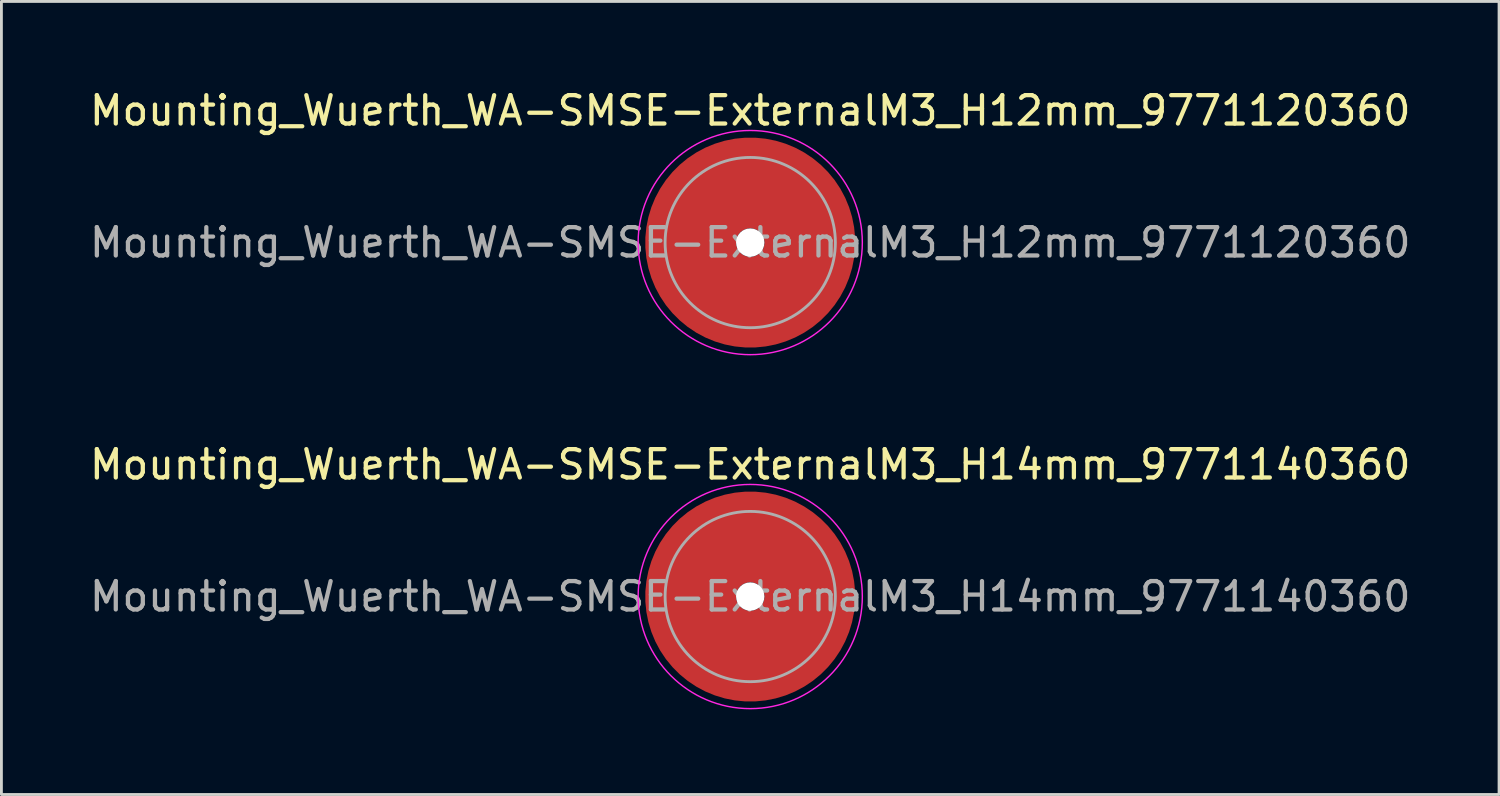
<source format=kicad_pcb>
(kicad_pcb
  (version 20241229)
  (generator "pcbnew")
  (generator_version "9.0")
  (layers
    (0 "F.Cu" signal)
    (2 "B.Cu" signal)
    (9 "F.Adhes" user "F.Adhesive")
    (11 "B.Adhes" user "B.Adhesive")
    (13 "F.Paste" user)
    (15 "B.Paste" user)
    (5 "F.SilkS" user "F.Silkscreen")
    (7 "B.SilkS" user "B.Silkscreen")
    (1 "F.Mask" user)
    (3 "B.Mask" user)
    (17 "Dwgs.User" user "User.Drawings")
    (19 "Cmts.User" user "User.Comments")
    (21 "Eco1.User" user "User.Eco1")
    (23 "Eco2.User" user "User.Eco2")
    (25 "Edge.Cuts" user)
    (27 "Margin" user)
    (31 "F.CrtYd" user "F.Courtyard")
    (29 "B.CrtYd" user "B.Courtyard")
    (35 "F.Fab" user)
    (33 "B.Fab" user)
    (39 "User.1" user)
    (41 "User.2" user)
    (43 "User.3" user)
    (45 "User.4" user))
  (footprint "Mounting_Wuerth_WA-SMSE-ExternalM3_H12mm_9771120360"
    (layer "F.Cu")
    (at 23.387 5.498)
    (property "Reference" "Mounting_Wuerth_WA-SMSE-ExternalM3_H12mm_9771120360" (at 0 -4.65 0) (layer "F.SilkS") (effects (font (size 1 1) (thickness 0.15))))
    (attr smd)
    (fp_circle (center 0 0) (end 3.95 0) (stroke (width 0.05) (type solid)) (fill no) (layer "F.CrtYd"))
    (fp_circle (center 0 0) (end 3 0) (stroke (width 0.1) (type solid)) (fill no) (layer "F.Fab"))
    (fp_text user "${REFERENCE}" (at 0 0 0) (layer "F.Fab") (effects (font (size 1 1) (thickness 0.15))))
    (pad "" smd custom (at 0 -2.1) (size 2.6 2.6) (layers "F.Paste") (options (anchor circle)) (primitives (gr_arc (start -0.305123 1.47) (mid -0.000513 1.4) (end 0.3042 1.469554) (width 0.2)) (gr_arc (start -0.493052 1.47) (mid -0.000664 1.3) (end 0.492006 1.469183) (width 0.2)) (gr_arc (start -0.642729 1.47) (mid -0.000361 1.2) (end 0.642223 1.469484) (width 0.2)) (gr_arc (start -0.776595 1.47) (mid -0.00087 1.1) (end 0.775497 1.468649) (width 0.2)) (gr_arc (start -0.901721 1.47) (mid -0.00018 1) (end 0.901515 1.469705) (width 0.2)) (gr_arc (start -1.021323 1.47) (mid -0.000665 0.9) (end 1.020624 1.468868) (width 0.2)) (gr_arc (start -1.137146 1.47) (mid -0.000289 0.8) (end 1.136866 1.469495) (width 0.2)) (gr_arc (start -1.25024 1.47) (mid -0.000155 0.7) (end 1.250101 1.469724) (width 0.2)) (gr_arc (start -1.361286 1.47) (mid -0.000403 0.6) (end 1.360947 1.469268) (width 0.2)) (gr_arc (start -1.470748 1.47) (mid -0.000334 0.5) (end 1.470485 1.469386) (width 0.2)) (gr_arc (start -1.578955 1.47) (mid -0.001427 0.400001) (end 1.577895 1.46735) (width 0.2)) (gr_arc (start -1.686149 1.47) (mid -0.000398 0.3) (end 1.68587 1.469254) (width 0.2)) (gr_arc (start -1.792512 1.47) (mid -0.001173 0.200001) (end 1.791733 1.467788) (width 0.2)) (gr_arc (start -1.898183 1.47) (mid -0.001368 0.100001) (end 1.89732 1.467404) (width 0.2)) (gr_arc (start -2.003272 1.47) (mid -0.001554 0.000001) (end 2.002338 1.467036) (width 0.2)) (gr_arc (start -2.107866 1.47) (mid -0.00037 -0.1) (end 2.107654 1.469292) (width 0.2)) (gr_arc (start -2.212035 1.47) (mid -0.00011 -0.2) (end 2.211975 1.469788) (width 0.2)) (gr_arc (start -2.315837 1.47) (mid -0.001322 -0.3) (end 2.315142 1.46745) (width 0.2)) (gr_arc (start -2.419318 1.47) (mid -0.000179 -0.4) (end 2.419228 1.469653) (width 0.2)) (gr_arc (start -2.522519 1.47) (mid -0.001235 -0.5) (end 2.521919 1.467604) (width 0.2)) (gr_arc (start -2.625471 1.47) (mid -0.000311 -0.6) (end 2.625326 1.469395) (width 0.2)) (gr_arc (start -2.728205 1.47) (mid -0.002303 -0.7) (end 2.727165 1.465513) (width 0.2)) (gr_arc (start -2.830742 1.47) (mid -0.000149 -0.8) (end 2.830677 1.469709) (width 0.2)) (gr_arc (start -2.933104 1.47) (mid -0.001447 -0.899999) (end 2.932495 1.46717) (width 0.2)) (gr_arc (start -3.035309 1.47) (mid -0.001317 -1) (end 3.034773 1.467421) (width 0.2)) (gr_arc (start -3.137372 1.47) (mid -0.002554 -1.099999) (end 3.136362 1.464993) (width 0.2)) (gr_arc (start -3.239305 1.47) (mid -0.002543 -1.199999) (end 3.23833 1.465008) (width 0.2)) (gr_arc (start -3.341123 1.47) (mid -0.001289 -1.3) (end 3.340644 1.467467) (width 0.2)) (gr_arc (start -3.442833 1.47) (mid -0.001847 -1.399999) (end 3.442166 1.466366) (width 0.2)) (gr_line (start 0.305 1.47) (end 3.443 1.47) (width 0.2)) (gr_line (start -0.305 1.47) (end -3.443 1.47) (width 0.2))))
    (pad "" np_thru_hole circle (at 0 0) (size 1 1) (drill 1) (layers "*.Cu" "*.Mask"))
    (pad "" smd custom (at 0 2.1) (size 2.6 2.6) (layers "F.Paste") (options (anchor circle)) (primitives (gr_arc (start 0.305123 -1.47) (mid 0.000513 -1.4) (end -0.3042 -1.469554) (width 0.2)) (gr_arc (start 0.493052 -1.47) (mid 0.000664 -1.3) (end -0.492006 -1.469183) (width 0.2)) (gr_arc (start 0.642729 -1.47) (mid 0.000361 -1.2) (end -0.642223 -1.469484) (width 0.2)) (gr_arc (start 0.776595 -1.47) (mid 0.00087 -1.1) (end -0.775497 -1.468649) (width 0.2)) (gr_arc (start 0.901721 -1.47) (mid 0.00018 -1) (end -0.901515 -1.469705) (width 0.2)) (gr_arc (start 1.021323 -1.47) (mid 0.000665 -0.9) (end -1.020624 -1.468868) (width 0.2)) (gr_arc (start 1.137146 -1.47) (mid 0.000289 -0.8) (end -1.136866 -1.469495) (width 0.2)) (gr_arc (start 1.25024 -1.47) (mid 0.000155 -0.7) (end -1.250101 -1.469724) (width 0.2)) (gr_arc (start 1.361286 -1.47) (mid 0.000403 -0.6) (end -1.360947 -1.469268) (width 0.2)) (gr_arc (start 1.470748 -1.47) (mid 0.000334 -0.5) (end -1.470485 -1.469386) (width 0.2)) (gr_arc (start 1.578955 -1.47) (mid 0.001427 -0.400001) (end -1.577895 -1.46735) (width 0.2)) (gr_arc (start 1.686149 -1.47) (mid 0.000398 -0.3) (end -1.68587 -1.469254) (width 0.2)) (gr_arc (start 1.792512 -1.47) (mid 0.001173 -0.200001) (end -1.791733 -1.467788) (width 0.2)) (gr_arc (start 1.898183 -1.47) (mid 0.001368 -0.100001) (end -1.89732 -1.467404) (width 0.2)) (gr_arc (start 2.003272 -1.47) (mid 0.001554 -0.000001) (end -2.002338 -1.467036) (width 0.2)) (gr_arc (start 2.107866 -1.47) (mid 0.00037 0.1) (end -2.107654 -1.469292) (width 0.2)) (gr_arc (start 2.212035 -1.47) (mid 0.00011 0.2) (end -2.211975 -1.469788) (width 0.2)) (gr_arc (start 2.315837 -1.47) (mid 0.001322 0.3) (end -2.315142 -1.46745) (width 0.2)) (gr_arc (start 2.419318 -1.47) (mid 0.000179 0.4) (end -2.419228 -1.469653) (width 0.2)) (gr_arc (start 2.522519 -1.47) (mid 0.001235 0.5) (end -2.521919 -1.467604) (width 0.2)) (gr_arc (start 2.625471 -1.47) (mid 0.000311 0.6) (end -2.625326 -1.469395) (width 0.2)) (gr_arc (start 2.728205 -1.47) (mid 0.002303 0.7) (end -2.727165 -1.465513) (width 0.2)) (gr_arc (start 2.830742 -1.47) (mid 0.000149 0.8) (end -2.830677 -1.469709) (width 0.2)) (gr_arc (start 2.933104 -1.47) (mid 0.001447 0.899999) (end -2.932495 -1.46717) (width 0.2)) (gr_arc (start 3.035309 -1.47) (mid 0.001317 1) (end -3.034773 -1.467421) (width 0.2)) (gr_arc (start 3.137372 -1.47) (mid 0.002554 1.099999) (end -3.136362 -1.464993) (width 0.2)) (gr_arc (start 3.239305 -1.47) (mid 0.002543 1.199999) (end -3.23833 -1.465008) (width 0.2)) (gr_arc (start 3.341123 -1.47) (mid 0.001289 1.3) (end -3.340644 -1.467467) (width 0.2)) (gr_arc (start 3.442833 -1.47) (mid 0.001847 1.399999) (end -3.442166 -1.466366) (width 0.2)) (gr_line (start -0.305 -1.47) (end -3.443 -1.47) (width 0.2)) (gr_line (start 0.305 -1.47) (end 3.443 -1.47) (width 0.2))))
    (pad "1" smd circle (at -2.1 0) (size 2.8 2.8) (layers "F.Cu"))
    (pad "1" smd circle (at 0 -2.1) (size 2.8 2.8) (layers "F.Cu"))
    (pad "1" smd circle (at 0 2.1) (size 2.8 2.8) (layers "F.Cu"))
    (pad "1" smd custom (at 2.1 0) (size 2.8 2.8) (layers "F.Cu" "F.Mask") (options (anchor circle)) (primitives (gr_circle (center -2.1 0) (end 0 0) (width 3.2) (fill no)))))
  (footprint "Mounting_Wuerth_WA-SMSE-ExternalM3_H14mm_9771140360"
    (layer "F.Cu")
    (at 23.387 17.971)
    (property "Reference" "Mounting_Wuerth_WA-SMSE-ExternalM3_H14mm_9771140360" (at 0 -4.65 0) (layer "F.SilkS") (effects (font (size 1 1) (thickness 0.15))))
    (attr smd)
    (fp_circle (center 0 0) (end 3.95 0) (stroke (width 0.05) (type solid)) (fill no) (layer "F.CrtYd"))
    (fp_circle (center 0 0) (end 3 0) (stroke (width 0.1) (type solid)) (fill no) (layer "F.Fab"))
    (fp_text user "${REFERENCE}" (at 0 0 0) (layer "F.Fab") (effects (font (size 1 1) (thickness 0.15))))
    (pad "" smd custom (at 0 -2.1) (size 2.6 2.6) (layers "F.Paste") (options (anchor circle)) (primitives (gr_arc (start -0.305123 1.47) (mid -0.000513 1.4) (end 0.3042 1.469554) (width 0.2)) (gr_arc (start -0.493052 1.47) (mid -0.000664 1.3) (end 0.492006 1.469183) (width 0.2)) (gr_arc (start -0.642729 1.47) (mid -0.000361 1.2) (end 0.642223 1.469484) (width 0.2)) (gr_arc (start -0.776595 1.47) (mid -0.00087 1.1) (end 0.775497 1.468649) (width 0.2)) (gr_arc (start -0.901721 1.47) (mid -0.00018 1) (end 0.901515 1.469705) (width 0.2)) (gr_arc (start -1.021323 1.47) (mid -0.000665 0.9) (end 1.020624 1.468868) (width 0.2)) (gr_arc (start -1.137146 1.47) (mid -0.000289 0.8) (end 1.136866 1.469495) (width 0.2)) (gr_arc (start -1.25024 1.47) (mid -0.000155 0.7) (end 1.250101 1.469724) (width 0.2)) (gr_arc (start -1.361286 1.47) (mid -0.000403 0.6) (end 1.360947 1.469268) (width 0.2)) (gr_arc (start -1.470748 1.47) (mid -0.000334 0.5) (end 1.470485 1.469386) (width 0.2)) (gr_arc (start -1.578955 1.47) (mid -0.001427 0.400001) (end 1.577895 1.46735) (width 0.2)) (gr_arc (start -1.686149 1.47) (mid -0.000398 0.3) (end 1.68587 1.469254) (width 0.2)) (gr_arc (start -1.792512 1.47) (mid -0.001173 0.200001) (end 1.791733 1.467788) (width 0.2)) (gr_arc (start -1.898183 1.47) (mid -0.001368 0.100001) (end 1.89732 1.467404) (width 0.2)) (gr_arc (start -2.003272 1.47) (mid -0.001554 0.000001) (end 2.002338 1.467036) (width 0.2)) (gr_arc (start -2.107866 1.47) (mid -0.00037 -0.1) (end 2.107654 1.469292) (width 0.2)) (gr_arc (start -2.212035 1.47) (mid -0.00011 -0.2) (end 2.211975 1.469788) (width 0.2)) (gr_arc (start -2.315837 1.47) (mid -0.001322 -0.3) (end 2.315142 1.46745) (width 0.2)) (gr_arc (start -2.419318 1.47) (mid -0.000179 -0.4) (end 2.419228 1.469653) (width 0.2)) (gr_arc (start -2.522519 1.47) (mid -0.001235 -0.5) (end 2.521919 1.467604) (width 0.2)) (gr_arc (start -2.625471 1.47) (mid -0.000311 -0.6) (end 2.625326 1.469395) (width 0.2)) (gr_arc (start -2.728205 1.47) (mid -0.002303 -0.7) (end 2.727165 1.465513) (width 0.2)) (gr_arc (start -2.830742 1.47) (mid -0.000149 -0.8) (end 2.830677 1.469709) (width 0.2)) (gr_arc (start -2.933104 1.47) (mid -0.001447 -0.899999) (end 2.932495 1.46717) (width 0.2)) (gr_arc (start -3.035309 1.47) (mid -0.001317 -1) (end 3.034773 1.467421) (width 0.2)) (gr_arc (start -3.137372 1.47) (mid -0.002554 -1.099999) (end 3.136362 1.464993) (width 0.2)) (gr_arc (start -3.239305 1.47) (mid -0.002543 -1.199999) (end 3.23833 1.465008) (width 0.2)) (gr_arc (start -3.341123 1.47) (mid -0.001289 -1.3) (end 3.340644 1.467467) (width 0.2)) (gr_arc (start -3.442833 1.47) (mid -0.001847 -1.399999) (end 3.442166 1.466366) (width 0.2)) (gr_line (start 0.305 1.47) (end 3.443 1.47) (width 0.2)) (gr_line (start -0.305 1.47) (end -3.443 1.47) (width 0.2))))
    (pad "" np_thru_hole circle (at 0 0) (size 1 1) (drill 1) (layers "*.Cu" "*.Mask"))
    (pad "" smd custom (at 0 2.1) (size 2.6 2.6) (layers "F.Paste") (options (anchor circle)) (primitives (gr_arc (start 0.305123 -1.47) (mid 0.000513 -1.4) (end -0.3042 -1.469554) (width 0.2)) (gr_arc (start 0.493052 -1.47) (mid 0.000664 -1.3) (end -0.492006 -1.469183) (width 0.2)) (gr_arc (start 0.642729 -1.47) (mid 0.000361 -1.2) (end -0.642223 -1.469484) (width 0.2)) (gr_arc (start 0.776595 -1.47) (mid 0.00087 -1.1) (end -0.775497 -1.468649) (width 0.2)) (gr_arc (start 0.901721 -1.47) (mid 0.00018 -1) (end -0.901515 -1.469705) (width 0.2)) (gr_arc (start 1.021323 -1.47) (mid 0.000665 -0.9) (end -1.020624 -1.468868) (width 0.2)) (gr_arc (start 1.137146 -1.47) (mid 0.000289 -0.8) (end -1.136866 -1.469495) (width 0.2)) (gr_arc (start 1.25024 -1.47) (mid 0.000155 -0.7) (end -1.250101 -1.469724) (width 0.2)) (gr_arc (start 1.361286 -1.47) (mid 0.000403 -0.6) (end -1.360947 -1.469268) (width 0.2)) (gr_arc (start 1.470748 -1.47) (mid 0.000334 -0.5) (end -1.470485 -1.469386) (width 0.2)) (gr_arc (start 1.578955 -1.47) (mid 0.001427 -0.400001) (end -1.577895 -1.46735) (width 0.2)) (gr_arc (start 1.686149 -1.47) (mid 0.000398 -0.3) (end -1.68587 -1.469254) (width 0.2)) (gr_arc (start 1.792512 -1.47) (mid 0.001173 -0.200001) (end -1.791733 -1.467788) (width 0.2)) (gr_arc (start 1.898183 -1.47) (mid 0.001368 -0.100001) (end -1.89732 -1.467404) (width 0.2)) (gr_arc (start 2.003272 -1.47) (mid 0.001554 -0.000001) (end -2.002338 -1.467036) (width 0.2)) (gr_arc (start 2.107866 -1.47) (mid 0.00037 0.1) (end -2.107654 -1.469292) (width 0.2)) (gr_arc (start 2.212035 -1.47) (mid 0.00011 0.2) (end -2.211975 -1.469788) (width 0.2)) (gr_arc (start 2.315837 -1.47) (mid 0.001322 0.3) (end -2.315142 -1.46745) (width 0.2)) (gr_arc (start 2.419318 -1.47) (mid 0.000179 0.4) (end -2.419228 -1.469653) (width 0.2)) (gr_arc (start 2.522519 -1.47) (mid 0.001235 0.5) (end -2.521919 -1.467604) (width 0.2)) (gr_arc (start 2.625471 -1.47) (mid 0.000311 0.6) (end -2.625326 -1.469395) (width 0.2)) (gr_arc (start 2.728205 -1.47) (mid 0.002303 0.7) (end -2.727165 -1.465513) (width 0.2)) (gr_arc (start 2.830742 -1.47) (mid 0.000149 0.8) (end -2.830677 -1.469709) (width 0.2)) (gr_arc (start 2.933104 -1.47) (mid 0.001447 0.899999) (end -2.932495 -1.46717) (width 0.2)) (gr_arc (start 3.035309 -1.47) (mid 0.001317 1) (end -3.034773 -1.467421) (width 0.2)) (gr_arc (start 3.137372 -1.47) (mid 0.002554 1.099999) (end -3.136362 -1.464993) (width 0.2)) (gr_arc (start 3.239305 -1.47) (mid 0.002543 1.199999) (end -3.23833 -1.465008) (width 0.2)) (gr_arc (start 3.341123 -1.47) (mid 0.001289 1.3) (end -3.340644 -1.467467) (width 0.2)) (gr_arc (start 3.442833 -1.47) (mid 0.001847 1.399999) (end -3.442166 -1.466366) (width 0.2)) (gr_line (start -0.305 -1.47) (end -3.443 -1.47) (width 0.2)) (gr_line (start 0.305 -1.47) (end 3.443 -1.47) (width 0.2))))
    (pad "1" smd circle (at -2.1 0) (size 2.8 2.8) (layers "F.Cu"))
    (pad "1" smd circle (at 0 -2.1) (size 2.8 2.8) (layers "F.Cu"))
    (pad "1" smd circle (at 0 2.1) (size 2.8 2.8) (layers "F.Cu"))
    (pad "1" smd custom (at 2.1 0) (size 2.8 2.8) (layers "F.Cu" "F.Mask") (options (anchor circle)) (primitives (gr_circle (center -2.1 0) (end 0 0) (width 3.2) (fill no)))))
  (gr_rect
    (start -3 -3)
    (end 49.774 24.947)
    (stroke (width 0.1) (type default))
    (fill no)
    (layer "Edge.Cuts")))
</source>
